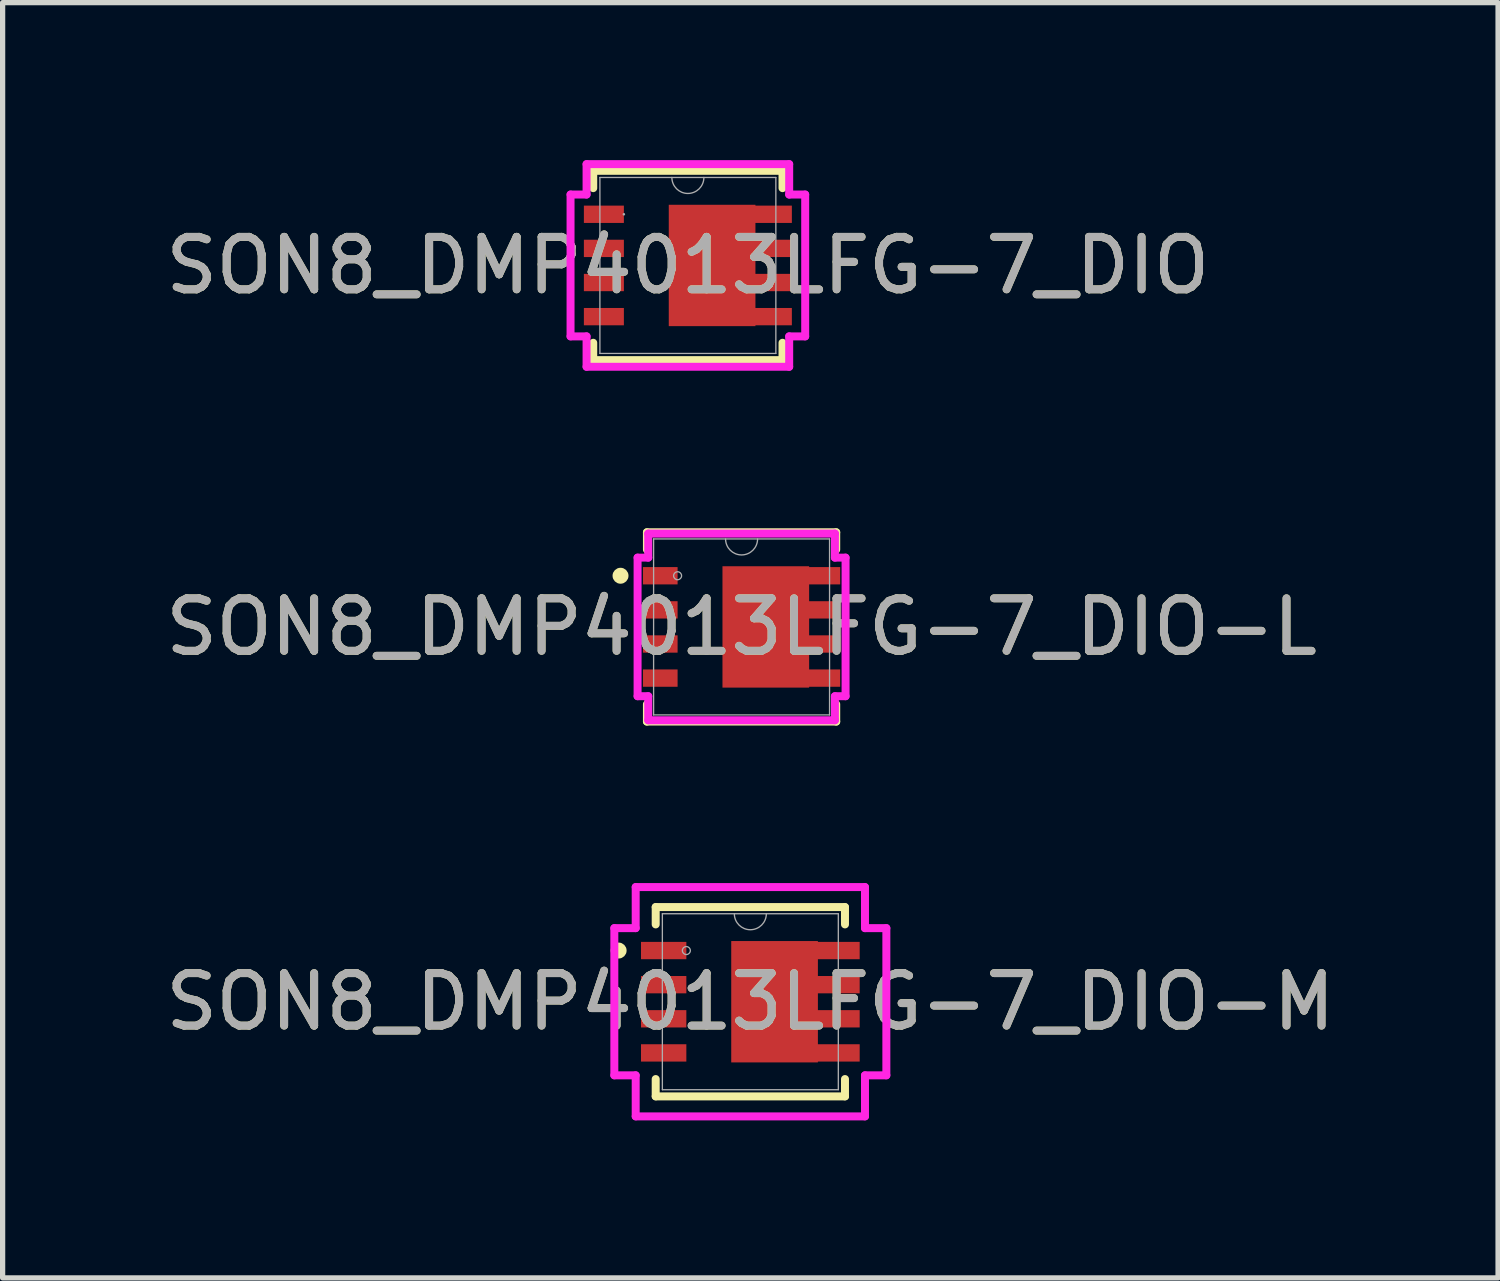
<source format=kicad_pcb>
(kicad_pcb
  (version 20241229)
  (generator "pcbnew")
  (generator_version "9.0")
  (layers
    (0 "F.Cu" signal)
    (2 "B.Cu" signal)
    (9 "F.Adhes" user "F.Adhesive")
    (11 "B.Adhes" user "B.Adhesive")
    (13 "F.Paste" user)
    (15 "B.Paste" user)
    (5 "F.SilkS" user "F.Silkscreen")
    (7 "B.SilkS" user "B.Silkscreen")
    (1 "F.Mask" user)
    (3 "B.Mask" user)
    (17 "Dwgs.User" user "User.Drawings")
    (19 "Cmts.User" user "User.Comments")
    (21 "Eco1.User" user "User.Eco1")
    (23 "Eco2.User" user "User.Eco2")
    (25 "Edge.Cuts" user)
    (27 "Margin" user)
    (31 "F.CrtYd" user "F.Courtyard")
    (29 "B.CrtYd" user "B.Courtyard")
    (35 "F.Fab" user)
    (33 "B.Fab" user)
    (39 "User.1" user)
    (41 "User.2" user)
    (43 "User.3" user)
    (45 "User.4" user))
  (footprint "SON8_DMP4013LFG-7_DIO"
    (layer "F.Cu")
    (at 10.054 2.007)
    (property "Reference" "SON8_DMP4013LFG-7_DIO" (at 0 0 0) (unlocked yes) (layer "F.SilkS") (effects (font (size 1 1) (thickness 0.15))))
    (attr smd)
    (fp_poly (pts (xy 1.287 -1.156) (xy 1.287 1.156) (xy -0.364 1.156) (xy -0.364 -1.156)) (stroke (width 0) (type solid)) (fill yes) (layer "F.Cu"))
    (fp_line (start -1.803 -1.803) (end -1.803 -1.473) (stroke (width 0.152) (type solid)) (layer "F.SilkS"))
    (fp_line (start -1.803 1.473) (end -1.803 1.803) (stroke (width 0.152) (type solid)) (layer "F.SilkS"))
    (fp_line (start -1.803 1.803) (end 1.803 1.803) (stroke (width 0.152) (type solid)) (layer "F.SilkS"))
    (fp_line (start 1.803 -1.803) (end -1.803 -1.803) (stroke (width 0.152) (type solid)) (layer "F.SilkS"))
    (fp_line (start 1.803 -1.473) (end 1.803 -1.803) (stroke (width 0.152) (type solid)) (layer "F.SilkS"))
    (fp_line (start 1.803 1.803) (end 1.803 1.473) (stroke (width 0.152) (type solid)) (layer "F.SilkS"))
    (fp_line (start -2.235 -1.351) (end -1.93 -1.351) (stroke (width 0.152) (type solid)) (layer "F.CrtYd"))
    (fp_line (start -2.235 1.351) (end -2.235 -1.351) (stroke (width 0.152) (type solid)) (layer "F.CrtYd"))
    (fp_line (start -2.235 1.351) (end -1.93 1.351) (stroke (width 0.152) (type solid)) (layer "F.CrtYd"))
    (fp_line (start -1.93 -1.93) (end 1.93 -1.93) (stroke (width 0.152) (type solid)) (layer "F.CrtYd"))
    (fp_line (start -1.93 -1.351) (end -1.93 -1.93) (stroke (width 0.152) (type solid)) (layer "F.CrtYd"))
    (fp_line (start -1.93 1.93) (end -1.93 1.351) (stroke (width 0.152) (type solid)) (layer "F.CrtYd"))
    (fp_line (start 1.93 -1.93) (end 1.93 -1.351) (stroke (width 0.152) (type solid)) (layer "F.CrtYd"))
    (fp_line (start 1.93 1.351) (end 1.93 1.93) (stroke (width 0.152) (type solid)) (layer "F.CrtYd"))
    (fp_line (start 1.93 1.93) (end -1.93 1.93) (stroke (width 0.152) (type solid)) (layer "F.CrtYd"))
    (fp_line (start 2.235 -1.351) (end 1.93 -1.351) (stroke (width 0.152) (type solid)) (layer "F.CrtYd"))
    (fp_line (start 2.235 -1.351) (end 2.235 1.351) (stroke (width 0.152) (type solid)) (layer "F.CrtYd"))
    (fp_line (start 2.235 1.351) (end 1.93 1.351) (stroke (width 0.152) (type solid)) (layer "F.CrtYd"))
    (fp_line (start -1.676 -1.676) (end -1.676 1.676) (stroke (width 0.025) (type solid)) (layer "F.Fab"))
    (fp_line (start -1.676 1.676) (end 1.676 1.676) (stroke (width 0.025) (type solid)) (layer "F.Fab"))
    (fp_line (start 1.676 -1.676) (end -1.676 -1.676) (stroke (width 0.025) (type solid)) (layer "F.Fab"))
    (fp_line (start 1.676 1.676) (end 1.676 -1.676) (stroke (width 0.025) (type solid)) (layer "F.Fab"))
    (fp_arc (start 0.3048 -1.6764) (mid 0 -1.3716) (end -0.3048 -1.6764) (stroke (width 0.0254) (type solid)) (layer "F.Fab"))
    (fp_circle (center -1.219 -0.975) (end -1.219 -0.975) (stroke (width 0.025) (type solid)) (fill no) (layer "F.Fab"))
    (fp_text user "${REFERENCE}" (at 0 0 0) (unlocked yes) (layer "F.Fab") (effects (font (size 1 1) (thickness 0.15))))
    (pad "1" smd rect (at -1.6 -0.975) (size 0.762 0.33) (layers "F.Cu" "F.Mask" "F.Paste"))
    (pad "2" smd rect (at -1.6 -0.325) (size 0.762 0.33) (layers "F.Cu" "F.Mask" "F.Paste"))
    (pad "3" smd rect (at -1.6 0.325) (size 0.762 0.33) (layers "F.Cu" "F.Mask" "F.Paste"))
    (pad "4" smd rect (at -1.6 0.975) (size 0.762 0.33) (layers "F.Cu" "F.Mask" "F.Paste"))
    (pad "5" smd rect (at 1.6 0.975) (size 0.762 0.33) (layers "F.Cu" "F.Mask" "F.Paste"))
    (pad "6" smd rect (at 1.6 0.325) (size 0.762 0.33) (layers "F.Cu" "F.Mask" "F.Paste"))
    (pad "7" smd rect (at 1.6 -0.325) (size 0.762 0.33) (layers "F.Cu" "F.Mask" "F.Paste"))
    (pad "8" smd rect (at 1.6 -0.975) (size 0.762 0.33) (layers "F.Cu" "F.Mask" "F.Paste")))
  (footprint "SON8_DMP4013LFG-7_DIO-M"
    (layer "F.Cu")
    (at 11.244 16.033)
    (property "Reference" "SON8_DMP4013LFG-7_DIO-M" (at 0 0 0) (unlocked yes) (layer "F.SilkS") (effects (font (size 1 1) (thickness 0.15))))
    (attr smd)
    (fp_poly (pts (xy 1.287 -1.156) (xy 1.287 1.156) (xy -0.364 1.156) (xy -0.364 -1.156)) (stroke (width 0) (type solid)) (fill yes) (layer "F.Cu"))
    (fp_line (start -1.803 -1.803) (end -1.803 -1.473) (stroke (width 0.152) (type solid)) (layer "F.SilkS"))
    (fp_line (start -1.803 1.473) (end -1.803 1.803) (stroke (width 0.152) (type solid)) (layer "F.SilkS"))
    (fp_line (start -1.803 1.803) (end 1.803 1.803) (stroke (width 0.152) (type solid)) (layer "F.SilkS"))
    (fp_line (start 1.803 -1.803) (end -1.803 -1.803) (stroke (width 0.152) (type solid)) (layer "F.SilkS"))
    (fp_line (start 1.803 -1.473) (end 1.803 -1.803) (stroke (width 0.152) (type solid)) (layer "F.SilkS"))
    (fp_line (start 1.803 1.803) (end 1.803 1.473) (stroke (width 0.152) (type solid)) (layer "F.SilkS"))
    (fp_circle (center -2.509 -0.975) (end -2.433 -0.975) (stroke (width 0.152) (type solid)) (fill no) (layer "F.SilkS"))
    (fp_line (start -2.591 -1.402) (end -2.184 -1.402) (stroke (width 0.152) (type solid)) (layer "F.CrtYd"))
    (fp_line (start -2.591 1.402) (end -2.591 -1.402) (stroke (width 0.152) (type solid)) (layer "F.CrtYd"))
    (fp_line (start -2.591 1.402) (end -2.184 1.402) (stroke (width 0.152) (type solid)) (layer "F.CrtYd"))
    (fp_line (start -2.184 -2.184) (end 2.184 -2.184) (stroke (width 0.152) (type solid)) (layer "F.CrtYd"))
    (fp_line (start -2.184 -1.402) (end -2.184 -2.184) (stroke (width 0.152) (type solid)) (layer "F.CrtYd"))
    (fp_line (start -2.184 2.184) (end -2.184 1.402) (stroke (width 0.152) (type solid)) (layer "F.CrtYd"))
    (fp_line (start 2.184 -2.184) (end 2.184 -1.402) (stroke (width 0.152) (type solid)) (layer "F.CrtYd"))
    (fp_line (start 2.184 1.402) (end 2.184 2.184) (stroke (width 0.152) (type solid)) (layer "F.CrtYd"))
    (fp_line (start 2.184 2.184) (end -2.184 2.184) (stroke (width 0.152) (type solid)) (layer "F.CrtYd"))
    (fp_line (start 2.591 -1.402) (end 2.184 -1.402) (stroke (width 0.152) (type solid)) (layer "F.CrtYd"))
    (fp_line (start 2.591 -1.402) (end 2.591 1.402) (stroke (width 0.152) (type solid)) (layer "F.CrtYd"))
    (fp_line (start 2.591 1.402) (end 2.184 1.402) (stroke (width 0.152) (type solid)) (layer "F.CrtYd"))
    (fp_line (start -1.676 -1.676) (end -1.676 1.676) (stroke (width 0.025) (type solid)) (layer "F.Fab"))
    (fp_line (start -1.676 1.676) (end 1.676 1.676) (stroke (width 0.025) (type solid)) (layer "F.Fab"))
    (fp_line (start 1.676 -1.676) (end -1.676 -1.676) (stroke (width 0.025) (type solid)) (layer "F.Fab"))
    (fp_line (start 1.676 1.676) (end 1.676 -1.676) (stroke (width 0.025) (type solid)) (layer "F.Fab"))
    (fp_arc (start 0.3048 -1.6764) (mid 0 -1.3716) (end -0.3048 -1.6764) (stroke (width 0.0254) (type solid)) (layer "F.Fab"))
    (fp_circle (center -1.219 -0.975) (end -1.143 -0.975) (stroke (width 0.025) (type solid)) (fill no) (layer "F.Fab"))
    (fp_text user "${REFERENCE}" (at 0 0 0) (unlocked yes) (layer "F.Fab") (effects (font (size 1 1) (thickness 0.15))))
    (pad "1" smd rect (at -1.651 -0.975) (size 0.864 0.33) (layers "F.Cu" "F.Mask" "F.Paste"))
    (pad "2" smd rect (at -1.651 -0.325) (size 0.864 0.33) (layers "F.Cu" "F.Mask" "F.Paste"))
    (pad "3" smd rect (at -1.651 0.325) (size 0.864 0.33) (layers "F.Cu" "F.Mask" "F.Paste"))
    (pad "4" smd rect (at -1.651 0.975) (size 0.864 0.33) (layers "F.Cu" "F.Mask" "F.Paste"))
    (pad "5" smd rect (at 1.651 0.975) (size 0.864 0.33) (layers "F.Cu" "F.Mask" "F.Paste"))
    (pad "6" smd rect (at 1.651 0.325) (size 0.864 0.33) (layers "F.Cu" "F.Mask" "F.Paste"))
    (pad "7" smd rect (at 1.651 -0.325) (size 0.864 0.33) (layers "F.Cu" "F.Mask" "F.Paste"))
    (pad "8" smd rect (at 1.651 -0.975) (size 0.864 0.33) (layers "F.Cu" "F.Mask" "F.Paste")))
  (footprint "SON8_DMP4013LFG-7_DIO-L"
    (layer "F.Cu")
    (at 11.077 8.893)
    (property "Reference" "SON8_DMP4013LFG-7_DIO-L" (at 0 0 0) (unlocked yes) (layer "F.SilkS") (effects (font (size 1 1) (thickness 0.15))))
    (attr smd)
    (fp_poly (pts (xy 1.287 -1.156) (xy 1.287 1.156) (xy -0.364 1.156) (xy -0.364 -1.156)) (stroke (width 0) (type solid)) (fill yes) (layer "F.Cu"))
    (fp_line (start -1.803 -1.803) (end -1.803 -1.473) (stroke (width 0.152) (type solid)) (layer "F.SilkS"))
    (fp_line (start -1.803 1.473) (end -1.803 1.803) (stroke (width 0.152) (type solid)) (layer "F.SilkS"))
    (fp_line (start -1.803 1.803) (end 1.803 1.803) (stroke (width 0.152) (type solid)) (layer "F.SilkS"))
    (fp_line (start 1.803 -1.803) (end -1.803 -1.803) (stroke (width 0.152) (type solid)) (layer "F.SilkS"))
    (fp_line (start 1.803 -1.473) (end 1.803 -1.803) (stroke (width 0.152) (type solid)) (layer "F.SilkS"))
    (fp_line (start 1.803 1.803) (end 1.803 1.473) (stroke (width 0.152) (type solid)) (layer "F.SilkS"))
    (fp_circle (center -2.306 -0.975) (end -2.23 -0.975) (stroke (width 0.152) (type solid)) (fill no) (layer "F.SilkS"))
    (fp_line (start -1.981 -1.32) (end -1.778 -1.32) (stroke (width 0.152) (type solid)) (layer "F.CrtYd"))
    (fp_line (start -1.981 1.32) (end -1.981 -1.32) (stroke (width 0.152) (type solid)) (layer "F.CrtYd"))
    (fp_line (start -1.981 1.32) (end -1.778 1.32) (stroke (width 0.152) (type solid)) (layer "F.CrtYd"))
    (fp_line (start -1.778 -1.778) (end 1.778 -1.778) (stroke (width 0.152) (type solid)) (layer "F.CrtYd"))
    (fp_line (start -1.778 -1.32) (end -1.778 -1.778) (stroke (width 0.152) (type solid)) (layer "F.CrtYd"))
    (fp_line (start -1.778 1.778) (end -1.778 1.32) (stroke (width 0.152) (type solid)) (layer "F.CrtYd"))
    (fp_line (start 1.778 -1.778) (end 1.778 -1.32) (stroke (width 0.152) (type solid)) (layer "F.CrtYd"))
    (fp_line (start 1.778 1.32) (end 1.778 1.778) (stroke (width 0.152) (type solid)) (layer "F.CrtYd"))
    (fp_line (start 1.778 1.778) (end -1.778 1.778) (stroke (width 0.152) (type solid)) (layer "F.CrtYd"))
    (fp_line (start 1.981 -1.32) (end 1.778 -1.32) (stroke (width 0.152) (type solid)) (layer "F.CrtYd"))
    (fp_line (start 1.981 -1.32) (end 1.981 1.32) (stroke (width 0.152) (type solid)) (layer "F.CrtYd"))
    (fp_line (start 1.981 1.32) (end 1.778 1.32) (stroke (width 0.152) (type solid)) (layer "F.CrtYd"))
    (fp_line (start -1.676 -1.676) (end -1.676 1.676) (stroke (width 0.025) (type solid)) (layer "F.Fab"))
    (fp_line (start -1.676 1.676) (end 1.676 1.676) (stroke (width 0.025) (type solid)) (layer "F.Fab"))
    (fp_line (start 1.676 -1.676) (end -1.676 -1.676) (stroke (width 0.025) (type solid)) (layer "F.Fab"))
    (fp_line (start 1.676 1.676) (end 1.676 -1.676) (stroke (width 0.025) (type solid)) (layer "F.Fab"))
    (fp_arc (start 0.3048 -1.6764) (mid 0 -1.3716) (end -0.3048 -1.6764) (stroke (width 0.0254) (type solid)) (layer "F.Fab"))
    (fp_circle (center -1.219 -0.975) (end -1.143 -0.975) (stroke (width 0.025) (type solid)) (fill no) (layer "F.Fab"))
    (fp_text user "${REFERENCE}" (at 0 0 0) (unlocked yes) (layer "F.Fab") (effects (font (size 1 1) (thickness 0.15))))
    (pad "1" smd rect (at -1.549 -0.975) (size 0.66 0.33) (layers "F.Cu" "F.Mask" "F.Paste"))
    (pad "2" smd rect (at -1.549 -0.325) (size 0.66 0.33) (layers "F.Cu" "F.Mask" "F.Paste"))
    (pad "3" smd rect (at -1.549 0.325) (size 0.66 0.33) (layers "F.Cu" "F.Mask" "F.Paste"))
    (pad "4" smd rect (at -1.549 0.975) (size 0.66 0.33) (layers "F.Cu" "F.Mask" "F.Paste"))
    (pad "5" smd rect (at 1.549 0.975) (size 0.66 0.33) (layers "F.Cu" "F.Mask" "F.Paste"))
    (pad "6" smd rect (at 1.549 0.325) (size 0.66 0.33) (layers "F.Cu" "F.Mask" "F.Paste"))
    (pad "7" smd rect (at 1.549 -0.325) (size 0.66 0.33) (layers "F.Cu" "F.Mask" "F.Paste"))
    (pad "8" smd rect (at 1.549 -0.975) (size 0.66 0.33) (layers "F.Cu" "F.Mask" "F.Paste")))
  (gr_rect
    (start -3 -3)
    (end 25.488 21.294)
    (stroke (width 0.1) (type default))
    (fill no)
    (layer "Edge.Cuts")))
</source>
